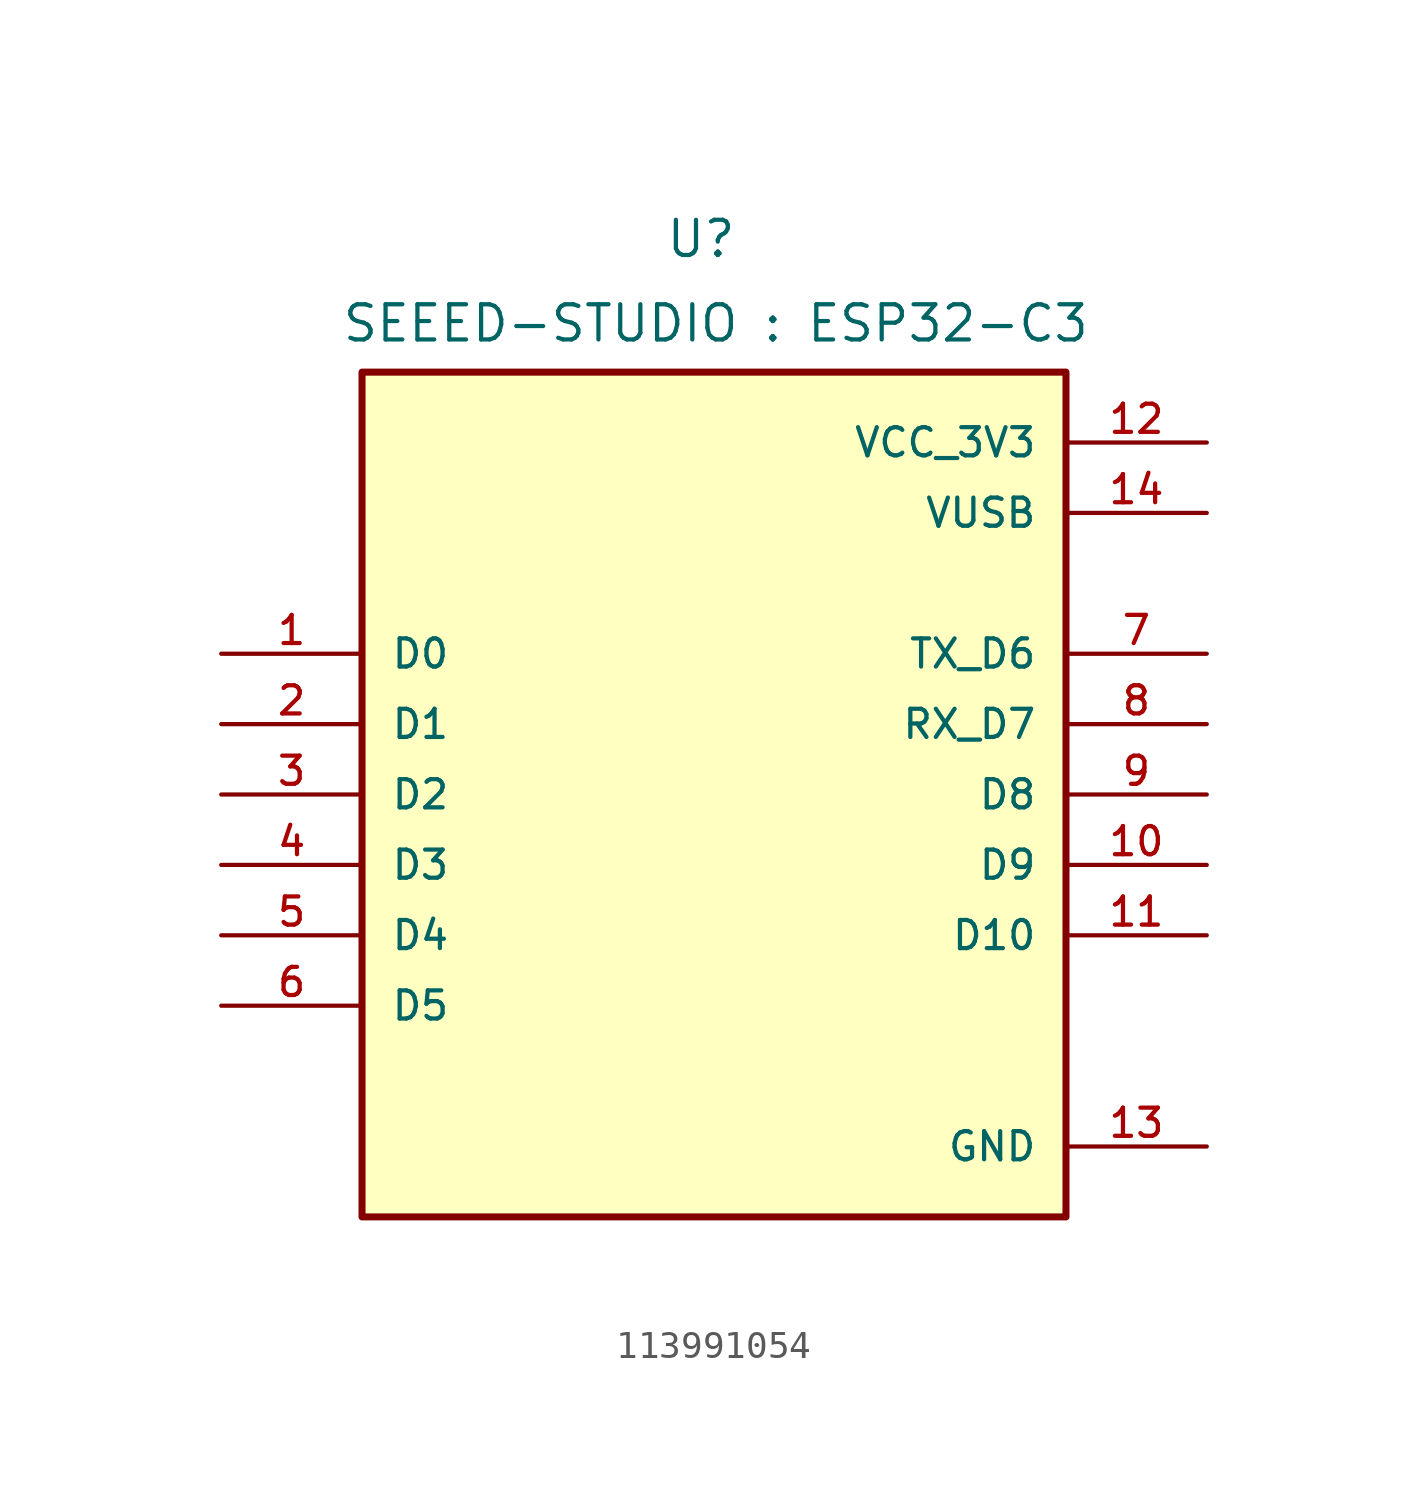
<source format=kicad_sym>
(kicad_symbol_lib
  (version 20231120)
  (generator "kicad_symbol_editor")
  (generator_version "8.0")
  (symbol "113991054"
    (pin_names
      (offset 1.016))
    (property "Reference" "U"
      (at -1.778 19.304 0)
      (effects (font (size 1.27 1.27)) (justify left bottom)))
    (property "Value" "SEEED-STUDIO : ESP32-C3"
      (at -13.462 16.256 0)
      (effects (font (size 1.27 1.27)) (justify left bottom)))
    (symbol "113991054_0_0"
      (rectangle (start -12.7 15.24) (end 12.7 -15.24) (stroke (width 0.254) (type default)) (fill (type background)))
      (pin bidirectional line (at -17.78 5.08 0) (length 5.08) (name "D0" (effects (font (size 1.016 1.016)))) (number "1" (effects (font (size 1.016 1.016)))))
      (pin bidirectional line (at 17.78 -2.54 180) (length 5.08) (name "D9" (effects (font (size 1.016 1.016)))) (number "10" (effects (font (size 1.016 1.016)))))
      (pin bidirectional line (at 17.78 -5.08 180) (length 5.08) (name "D10" (effects (font (size 1.016 1.016)))) (number "11" (effects (font (size 1.016 1.016)))))
      (pin power_in line (at 17.78 12.7 180) (length 5.08) (name "VCC_3V3" (effects (font (size 1.016 1.016)))) (number "12" (effects (font (size 1.016 1.016)))))
      (pin power_in line (at 17.78 -12.7 180) (length 5.08) (name "GND" (effects (font (size 1.016 1.016)))) (number "13" (effects (font (size 1.016 1.016)))))
      (pin power_in line (at 17.78 10.16 180) (length 5.08) (name "VUSB" (effects (font (size 1.016 1.016)))) (number "14" (effects (font (size 1.016 1.016)))))
      (pin bidirectional line (at -17.78 2.54 0) (length 5.08) (name "D1" (effects (font (size 1.016 1.016)))) (number "2" (effects (font (size 1.016 1.016)))))
      (pin bidirectional line (at -17.78 0 0) (length 5.08) (name "D2" (effects (font (size 1.016 1.016)))) (number "3" (effects (font (size 1.016 1.016)))))
      (pin bidirectional line (at -17.78 -2.54 0) (length 5.08) (name "D3" (effects (font (size 1.016 1.016)))) (number "4" (effects (font (size 1.016 1.016)))))
      (pin bidirectional line (at -17.78 -5.08 0) (length 5.08) (name "D4" (effects (font (size 1.016 1.016)))) (number "5" (effects (font (size 1.016 1.016)))))
      (pin bidirectional line (at -17.78 -7.62 0) (length 5.08) (name "D5" (effects (font (size 1.016 1.016)))) (number "6" (effects (font (size 1.016 1.016)))))
      (pin bidirectional line (at 17.78 5.08 180) (length 5.08) (name "TX_D6" (effects (font (size 1.016 1.016)))) (number "7" (effects (font (size 1.016 1.016)))))
      (pin bidirectional line (at 17.78 2.54 180) (length 5.08) (name "RX_D7" (effects (font (size 1.016 1.016)))) (number "8" (effects (font (size 1.016 1.016)))))
      (pin bidirectional line (at 17.78 0 180) (length 5.08) (name "D8" (effects (font (size 1.016 1.016)))) (number "9" (effects (font (size 1.016 1.016))))))))
</source>
